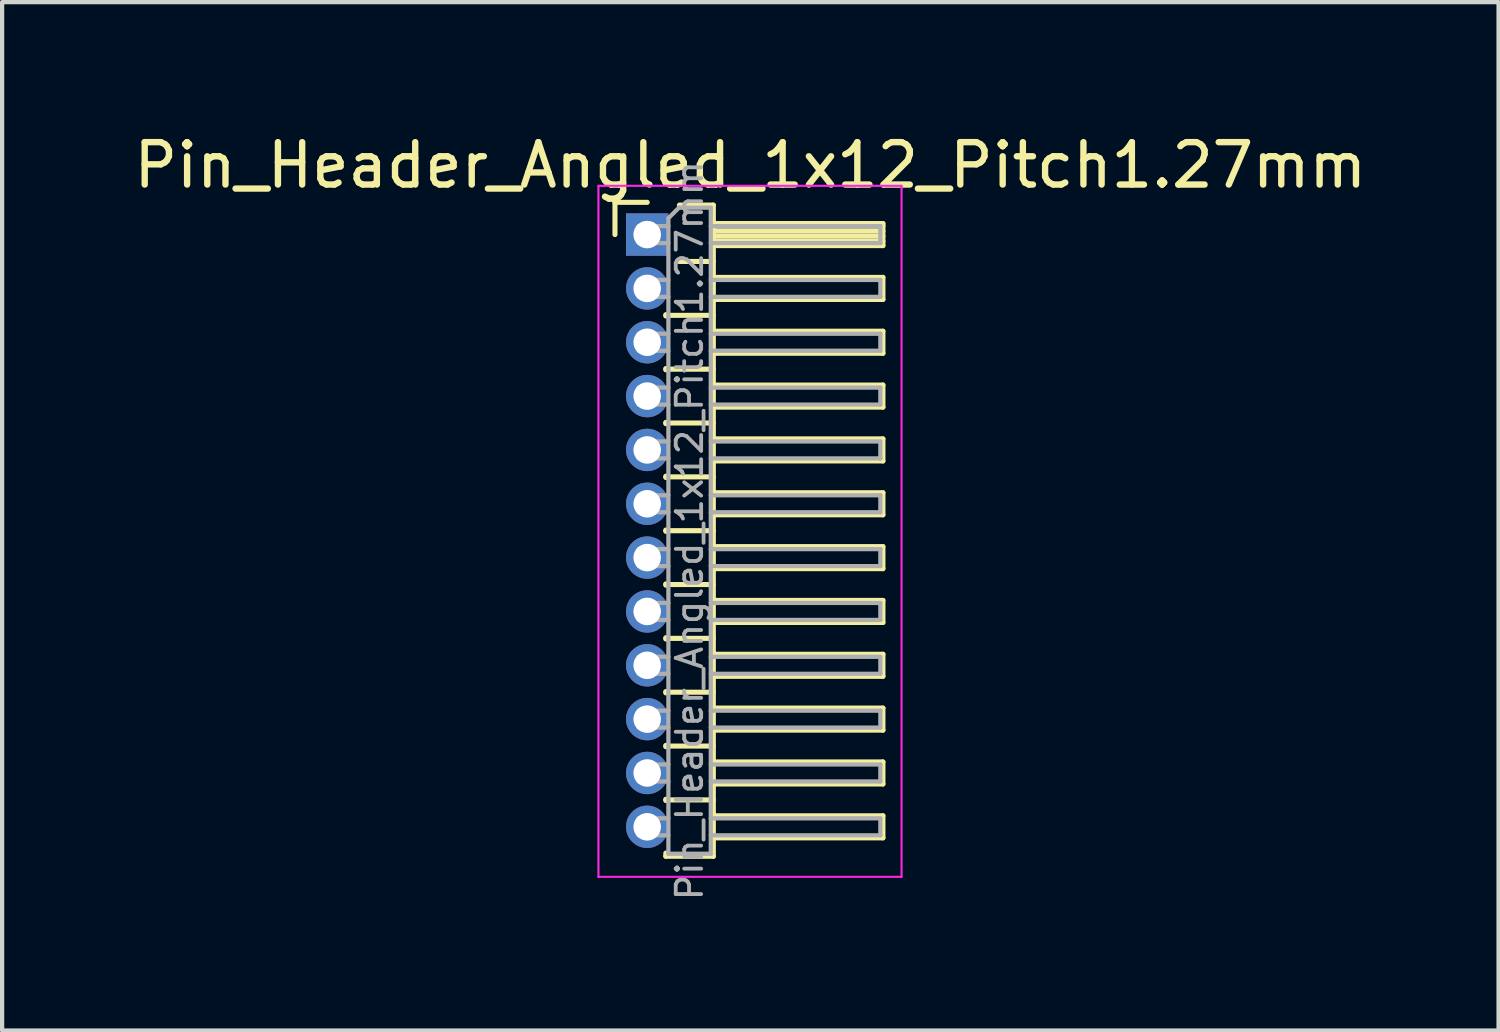
<source format=kicad_pcb>
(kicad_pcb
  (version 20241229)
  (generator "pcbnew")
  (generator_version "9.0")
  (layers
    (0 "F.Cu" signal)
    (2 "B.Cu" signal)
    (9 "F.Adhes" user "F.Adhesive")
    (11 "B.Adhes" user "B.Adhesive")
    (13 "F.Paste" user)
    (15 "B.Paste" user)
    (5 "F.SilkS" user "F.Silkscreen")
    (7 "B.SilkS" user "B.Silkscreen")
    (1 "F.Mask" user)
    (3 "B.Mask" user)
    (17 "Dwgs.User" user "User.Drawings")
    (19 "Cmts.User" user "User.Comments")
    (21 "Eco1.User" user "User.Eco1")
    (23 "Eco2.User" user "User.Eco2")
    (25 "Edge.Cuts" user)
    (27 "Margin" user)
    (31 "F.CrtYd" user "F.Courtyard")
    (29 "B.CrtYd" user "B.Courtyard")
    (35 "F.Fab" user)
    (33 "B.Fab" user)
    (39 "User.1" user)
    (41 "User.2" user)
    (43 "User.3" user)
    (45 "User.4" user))
  (footprint "Pin_Header_Angled_1x12_Pitch1.27mm"
    (layer "F.Cu")
    (at 12.216 2.483)
    (property "Reference" "Pin_Header_Angled_1x12_Pitch1.27mm" (at 2.433 -1.635 0) (layer "F.SilkS") (effects (font (size 1 1) (thickness 0.15))))
    (attr through_hole)
    (fp_line (start -0.76 -0.76) (end 0 -0.76) (stroke (width 0.12) (type solid)) (layer "F.SilkS"))
    (fp_line (start -0.76 0) (end -0.76 -0.76) (stroke (width 0.12) (type solid)) (layer "F.SilkS"))
    (fp_line (start 0.44 1.89) (end 0.44 1.92) (stroke (width 0.12) (type solid)) (layer "F.SilkS"))
    (fp_line (start 0.44 1.905) (end 1.56 1.905) (stroke (width 0.12) (type solid)) (layer "F.SilkS"))
    (fp_line (start 0.44 3.16) (end 0.44 3.19) (stroke (width 0.12) (type solid)) (layer "F.SilkS"))
    (fp_line (start 0.44 3.175) (end 1.56 3.175) (stroke (width 0.12) (type solid)) (layer "F.SilkS"))
    (fp_line (start 0.44 4.43) (end 0.44 4.46) (stroke (width 0.12) (type solid)) (layer "F.SilkS"))
    (fp_line (start 0.44 4.445) (end 1.56 4.445) (stroke (width 0.12) (type solid)) (layer "F.SilkS"))
    (fp_line (start 0.44 5.7) (end 0.44 5.73) (stroke (width 0.12) (type solid)) (layer "F.SilkS"))
    (fp_line (start 0.44 5.715) (end 1.56 5.715) (stroke (width 0.12) (type solid)) (layer "F.SilkS"))
    (fp_line (start 0.44 6.97) (end 0.44 7) (stroke (width 0.12) (type solid)) (layer "F.SilkS"))
    (fp_line (start 0.44 6.985) (end 1.56 6.985) (stroke (width 0.12) (type solid)) (layer "F.SilkS"))
    (fp_line (start 0.44 8.24) (end 0.44 8.27) (stroke (width 0.12) (type solid)) (layer "F.SilkS"))
    (fp_line (start 0.44 8.255) (end 1.56 8.255) (stroke (width 0.12) (type solid)) (layer "F.SilkS"))
    (fp_line (start 0.44 9.51) (end 0.44 9.54) (stroke (width 0.12) (type solid)) (layer "F.SilkS"))
    (fp_line (start 0.44 9.525) (end 1.56 9.525) (stroke (width 0.12) (type solid)) (layer "F.SilkS"))
    (fp_line (start 0.44 10.78) (end 0.44 10.81) (stroke (width 0.12) (type solid)) (layer "F.SilkS"))
    (fp_line (start 0.44 10.795) (end 1.56 10.795) (stroke (width 0.12) (type solid)) (layer "F.SilkS"))
    (fp_line (start 0.44 12.05) (end 0.44 12.08) (stroke (width 0.12) (type solid)) (layer "F.SilkS"))
    (fp_line (start 0.44 12.065) (end 1.56 12.065) (stroke (width 0.12) (type solid)) (layer "F.SilkS"))
    (fp_line (start 0.44 13.32) (end 0.44 13.35) (stroke (width 0.12) (type solid)) (layer "F.SilkS"))
    (fp_line (start 0.44 13.335) (end 1.56 13.335) (stroke (width 0.12) (type solid)) (layer "F.SilkS"))
    (fp_line (start 0.44 14.665) (end 0.44 14.59) (stroke (width 0.12) (type solid)) (layer "F.SilkS"))
    (fp_line (start 0.76 -0.695) (end 1.56 -0.695) (stroke (width 0.12) (type solid)) (layer "F.SilkS"))
    (fp_line (start 0.76 0.635) (end 1.56 0.635) (stroke (width 0.12) (type solid)) (layer "F.SilkS"))
    (fp_line (start 1.56 -0.695) (end 1.56 14.665) (stroke (width 0.12) (type solid)) (layer "F.SilkS"))
    (fp_line (start 1.56 -0.26) (end 5.56 -0.26) (stroke (width 0.12) (type solid)) (layer "F.SilkS"))
    (fp_line (start 1.56 -0.2) (end 5.56 -0.2) (stroke (width 0.12) (type solid)) (layer "F.SilkS"))
    (fp_line (start 1.56 -0.08) (end 5.56 -0.08) (stroke (width 0.12) (type solid)) (layer "F.SilkS"))
    (fp_line (start 1.56 0.04) (end 5.56 0.04) (stroke (width 0.12) (type solid)) (layer "F.SilkS"))
    (fp_line (start 1.56 0.16) (end 5.56 0.16) (stroke (width 0.12) (type solid)) (layer "F.SilkS"))
    (fp_line (start 1.56 1.01) (end 5.56 1.01) (stroke (width 0.12) (type solid)) (layer "F.SilkS"))
    (fp_line (start 1.56 2.28) (end 5.56 2.28) (stroke (width 0.12) (type solid)) (layer "F.SilkS"))
    (fp_line (start 1.56 3.55) (end 5.56 3.55) (stroke (width 0.12) (type solid)) (layer "F.SilkS"))
    (fp_line (start 1.56 4.82) (end 5.56 4.82) (stroke (width 0.12) (type solid)) (layer "F.SilkS"))
    (fp_line (start 1.56 6.09) (end 5.56 6.09) (stroke (width 0.12) (type solid)) (layer "F.SilkS"))
    (fp_line (start 1.56 7.36) (end 5.56 7.36) (stroke (width 0.12) (type solid)) (layer "F.SilkS"))
    (fp_line (start 1.56 8.63) (end 5.56 8.63) (stroke (width 0.12) (type solid)) (layer "F.SilkS"))
    (fp_line (start 1.56 9.9) (end 5.56 9.9) (stroke (width 0.12) (type solid)) (layer "F.SilkS"))
    (fp_line (start 1.56 11.17) (end 5.56 11.17) (stroke (width 0.12) (type solid)) (layer "F.SilkS"))
    (fp_line (start 1.56 12.44) (end 5.56 12.44) (stroke (width 0.12) (type solid)) (layer "F.SilkS"))
    (fp_line (start 1.56 13.71) (end 5.56 13.71) (stroke (width 0.12) (type solid)) (layer "F.SilkS"))
    (fp_line (start 1.56 14.665) (end 0.44 14.665) (stroke (width 0.12) (type solid)) (layer "F.SilkS"))
    (fp_line (start 5.56 -0.26) (end 5.56 0.26) (stroke (width 0.12) (type solid)) (layer "F.SilkS"))
    (fp_line (start 5.56 0.26) (end 1.56 0.26) (stroke (width 0.12) (type solid)) (layer "F.SilkS"))
    (fp_line (start 5.56 1.01) (end 5.56 1.53) (stroke (width 0.12) (type solid)) (layer "F.SilkS"))
    (fp_line (start 5.56 1.53) (end 1.56 1.53) (stroke (width 0.12) (type solid)) (layer "F.SilkS"))
    (fp_line (start 5.56 2.28) (end 5.56 2.8) (stroke (width 0.12) (type solid)) (layer "F.SilkS"))
    (fp_line (start 5.56 2.8) (end 1.56 2.8) (stroke (width 0.12) (type solid)) (layer "F.SilkS"))
    (fp_line (start 5.56 3.55) (end 5.56 4.07) (stroke (width 0.12) (type solid)) (layer "F.SilkS"))
    (fp_line (start 5.56 4.07) (end 1.56 4.07) (stroke (width 0.12) (type solid)) (layer "F.SilkS"))
    (fp_line (start 5.56 4.82) (end 5.56 5.34) (stroke (width 0.12) (type solid)) (layer "F.SilkS"))
    (fp_line (start 5.56 5.34) (end 1.56 5.34) (stroke (width 0.12) (type solid)) (layer "F.SilkS"))
    (fp_line (start 5.56 6.09) (end 5.56 6.61) (stroke (width 0.12) (type solid)) (layer "F.SilkS"))
    (fp_line (start 5.56 6.61) (end 1.56 6.61) (stroke (width 0.12) (type solid)) (layer "F.SilkS"))
    (fp_line (start 5.56 7.36) (end 5.56 7.88) (stroke (width 0.12) (type solid)) (layer "F.SilkS"))
    (fp_line (start 5.56 7.88) (end 1.56 7.88) (stroke (width 0.12) (type solid)) (layer "F.SilkS"))
    (fp_line (start 5.56 8.63) (end 5.56 9.15) (stroke (width 0.12) (type solid)) (layer "F.SilkS"))
    (fp_line (start 5.56 9.15) (end 1.56 9.15) (stroke (width 0.12) (type solid)) (layer "F.SilkS"))
    (fp_line (start 5.56 9.9) (end 5.56 10.42) (stroke (width 0.12) (type solid)) (layer "F.SilkS"))
    (fp_line (start 5.56 10.42) (end 1.56 10.42) (stroke (width 0.12) (type solid)) (layer "F.SilkS"))
    (fp_line (start 5.56 11.17) (end 5.56 11.69) (stroke (width 0.12) (type solid)) (layer "F.SilkS"))
    (fp_line (start 5.56 11.69) (end 1.56 11.69) (stroke (width 0.12) (type solid)) (layer "F.SilkS"))
    (fp_line (start 5.56 12.44) (end 5.56 12.96) (stroke (width 0.12) (type solid)) (layer "F.SilkS"))
    (fp_line (start 5.56 12.96) (end 1.56 12.96) (stroke (width 0.12) (type solid)) (layer "F.SilkS"))
    (fp_line (start 5.56 13.71) (end 5.56 14.23) (stroke (width 0.12) (type solid)) (layer "F.SilkS"))
    (fp_line (start 5.56 14.23) (end 1.56 14.23) (stroke (width 0.12) (type solid)) (layer "F.SilkS"))
    (fp_line (start -1.15 -1.15) (end -1.15 15.15) (stroke (width 0.05) (type solid)) (layer "F.CrtYd"))
    (fp_line (start -1.15 15.15) (end 6 15.15) (stroke (width 0.05) (type solid)) (layer "F.CrtYd"))
    (fp_line (start 6 -1.15) (end -1.15 -1.15) (stroke (width 0.05) (type solid)) (layer "F.CrtYd"))
    (fp_line (start 6 15.15) (end 6 -1.15) (stroke (width 0.05) (type solid)) (layer "F.CrtYd"))
    (fp_line (start -0.2 -0.2) (end -0.2 0.2) (stroke (width 0.1) (type solid)) (layer "F.Fab"))
    (fp_line (start -0.2 -0.2) (end 0.5 -0.2) (stroke (width 0.1) (type solid)) (layer "F.Fab"))
    (fp_line (start -0.2 0.2) (end 0.5 0.2) (stroke (width 0.1) (type solid)) (layer "F.Fab"))
    (fp_line (start -0.2 1.07) (end -0.2 1.47) (stroke (width 0.1) (type solid)) (layer "F.Fab"))
    (fp_line (start -0.2 1.07) (end 0.5 1.07) (stroke (width 0.1) (type solid)) (layer "F.Fab"))
    (fp_line (start -0.2 1.47) (end 0.5 1.47) (stroke (width 0.1) (type solid)) (layer "F.Fab"))
    (fp_line (start -0.2 2.34) (end -0.2 2.74) (stroke (width 0.1) (type solid)) (layer "F.Fab"))
    (fp_line (start -0.2 2.34) (end 0.5 2.34) (stroke (width 0.1) (type solid)) (layer "F.Fab"))
    (fp_line (start -0.2 2.74) (end 0.5 2.74) (stroke (width 0.1) (type solid)) (layer "F.Fab"))
    (fp_line (start -0.2 3.61) (end -0.2 4.01) (stroke (width 0.1) (type solid)) (layer "F.Fab"))
    (fp_line (start -0.2 3.61) (end 0.5 3.61) (stroke (width 0.1) (type solid)) (layer "F.Fab"))
    (fp_line (start -0.2 4.01) (end 0.5 4.01) (stroke (width 0.1) (type solid)) (layer "F.Fab"))
    (fp_line (start -0.2 4.88) (end -0.2 5.28) (stroke (width 0.1) (type solid)) (layer "F.Fab"))
    (fp_line (start -0.2 4.88) (end 0.5 4.88) (stroke (width 0.1) (type solid)) (layer "F.Fab"))
    (fp_line (start -0.2 5.28) (end 0.5 5.28) (stroke (width 0.1) (type solid)) (layer "F.Fab"))
    (fp_line (start -0.2 6.15) (end -0.2 6.55) (stroke (width 0.1) (type solid)) (layer "F.Fab"))
    (fp_line (start -0.2 6.15) (end 0.5 6.15) (stroke (width 0.1) (type solid)) (layer "F.Fab"))
    (fp_line (start -0.2 6.55) (end 0.5 6.55) (stroke (width 0.1) (type solid)) (layer "F.Fab"))
    (fp_line (start -0.2 7.42) (end -0.2 7.82) (stroke (width 0.1) (type solid)) (layer "F.Fab"))
    (fp_line (start -0.2 7.42) (end 0.5 7.42) (stroke (width 0.1) (type solid)) (layer "F.Fab"))
    (fp_line (start -0.2 7.82) (end 0.5 7.82) (stroke (width 0.1) (type solid)) (layer "F.Fab"))
    (fp_line (start -0.2 8.69) (end -0.2 9.09) (stroke (width 0.1) (type solid)) (layer "F.Fab"))
    (fp_line (start -0.2 8.69) (end 0.5 8.69) (stroke (width 0.1) (type solid)) (layer "F.Fab"))
    (fp_line (start -0.2 9.09) (end 0.5 9.09) (stroke (width 0.1) (type solid)) (layer "F.Fab"))
    (fp_line (start -0.2 9.96) (end -0.2 10.36) (stroke (width 0.1) (type solid)) (layer "F.Fab"))
    (fp_line (start -0.2 9.96) (end 0.5 9.96) (stroke (width 0.1) (type solid)) (layer "F.Fab"))
    (fp_line (start -0.2 10.36) (end 0.5 10.36) (stroke (width 0.1) (type solid)) (layer "F.Fab"))
    (fp_line (start -0.2 11.23) (end -0.2 11.63) (stroke (width 0.1) (type solid)) (layer "F.Fab"))
    (fp_line (start -0.2 11.23) (end 0.5 11.23) (stroke (width 0.1) (type solid)) (layer "F.Fab"))
    (fp_line (start -0.2 11.63) (end 0.5 11.63) (stroke (width 0.1) (type solid)) (layer "F.Fab"))
    (fp_line (start -0.2 12.5) (end -0.2 12.9) (stroke (width 0.1) (type solid)) (layer "F.Fab"))
    (fp_line (start -0.2 12.5) (end 0.5 12.5) (stroke (width 0.1) (type solid)) (layer "F.Fab"))
    (fp_line (start -0.2 12.9) (end 0.5 12.9) (stroke (width 0.1) (type solid)) (layer "F.Fab"))
    (fp_line (start -0.2 13.77) (end -0.2 14.17) (stroke (width 0.1) (type solid)) (layer "F.Fab"))
    (fp_line (start -0.2 13.77) (end 0.5 13.77) (stroke (width 0.1) (type solid)) (layer "F.Fab"))
    (fp_line (start -0.2 14.17) (end 0.5 14.17) (stroke (width 0.1) (type solid)) (layer "F.Fab"))
    (fp_line (start 0.5 -0.385) (end 0.75 -0.635) (stroke (width 0.1) (type solid)) (layer "F.Fab"))
    (fp_line (start 0.5 14.605) (end 0.5 -0.385) (stroke (width 0.1) (type solid)) (layer "F.Fab"))
    (fp_line (start 0.75 -0.635) (end 1.5 -0.635) (stroke (width 0.1) (type solid)) (layer "F.Fab"))
    (fp_line (start 1.5 -0.635) (end 1.5 14.605) (stroke (width 0.1) (type solid)) (layer "F.Fab"))
    (fp_line (start 1.5 -0.2) (end 5.5 -0.2) (stroke (width 0.1) (type solid)) (layer "F.Fab"))
    (fp_line (start 1.5 0.2) (end 5.5 0.2) (stroke (width 0.1) (type solid)) (layer "F.Fab"))
    (fp_line (start 1.5 1.07) (end 5.5 1.07) (stroke (width 0.1) (type solid)) (layer "F.Fab"))
    (fp_line (start 1.5 1.47) (end 5.5 1.47) (stroke (width 0.1) (type solid)) (layer "F.Fab"))
    (fp_line (start 1.5 2.34) (end 5.5 2.34) (stroke (width 0.1) (type solid)) (layer "F.Fab"))
    (fp_line (start 1.5 2.74) (end 5.5 2.74) (stroke (width 0.1) (type solid)) (layer "F.Fab"))
    (fp_line (start 1.5 3.61) (end 5.5 3.61) (stroke (width 0.1) (type solid)) (layer "F.Fab"))
    (fp_line (start 1.5 4.01) (end 5.5 4.01) (stroke (width 0.1) (type solid)) (layer "F.Fab"))
    (fp_line (start 1.5 4.88) (end 5.5 4.88) (stroke (width 0.1) (type solid)) (layer "F.Fab"))
    (fp_line (start 1.5 5.28) (end 5.5 5.28) (stroke (width 0.1) (type solid)) (layer "F.Fab"))
    (fp_line (start 1.5 6.15) (end 5.5 6.15) (stroke (width 0.1) (type solid)) (layer "F.Fab"))
    (fp_line (start 1.5 6.55) (end 5.5 6.55) (stroke (width 0.1) (type solid)) (layer "F.Fab"))
    (fp_line (start 1.5 7.42) (end 5.5 7.42) (stroke (width 0.1) (type solid)) (layer "F.Fab"))
    (fp_line (start 1.5 7.82) (end 5.5 7.82) (stroke (width 0.1) (type solid)) (layer "F.Fab"))
    (fp_line (start 1.5 8.69) (end 5.5 8.69) (stroke (width 0.1) (type solid)) (layer "F.Fab"))
    (fp_line (start 1.5 9.09) (end 5.5 9.09) (stroke (width 0.1) (type solid)) (layer "F.Fab"))
    (fp_line (start 1.5 9.96) (end 5.5 9.96) (stroke (width 0.1) (type solid)) (layer "F.Fab"))
    (fp_line (start 1.5 10.36) (end 5.5 10.36) (stroke (width 0.1) (type solid)) (layer "F.Fab"))
    (fp_line (start 1.5 11.23) (end 5.5 11.23) (stroke (width 0.1) (type solid)) (layer "F.Fab"))
    (fp_line (start 1.5 11.63) (end 5.5 11.63) (stroke (width 0.1) (type solid)) (layer "F.Fab"))
    (fp_line (start 1.5 12.5) (end 5.5 12.5) (stroke (width 0.1) (type solid)) (layer "F.Fab"))
    (fp_line (start 1.5 12.9) (end 5.5 12.9) (stroke (width 0.1) (type solid)) (layer "F.Fab"))
    (fp_line (start 1.5 13.77) (end 5.5 13.77) (stroke (width 0.1) (type solid)) (layer "F.Fab"))
    (fp_line (start 1.5 14.17) (end 5.5 14.17) (stroke (width 0.1) (type solid)) (layer "F.Fab"))
    (fp_line (start 1.5 14.605) (end 0.5 14.605) (stroke (width 0.1) (type solid)) (layer "F.Fab"))
    (fp_line (start 5.5 -0.2) (end 5.5 0.2) (stroke (width 0.1) (type solid)) (layer "F.Fab"))
    (fp_line (start 5.5 1.07) (end 5.5 1.47) (stroke (width 0.1) (type solid)) (layer "F.Fab"))
    (fp_line (start 5.5 2.34) (end 5.5 2.74) (stroke (width 0.1) (type solid)) (layer "F.Fab"))
    (fp_line (start 5.5 3.61) (end 5.5 4.01) (stroke (width 0.1) (type solid)) (layer "F.Fab"))
    (fp_line (start 5.5 4.88) (end 5.5 5.28) (stroke (width 0.1) (type solid)) (layer "F.Fab"))
    (fp_line (start 5.5 6.15) (end 5.5 6.55) (stroke (width 0.1) (type solid)) (layer "F.Fab"))
    (fp_line (start 5.5 7.42) (end 5.5 7.82) (stroke (width 0.1) (type solid)) (layer "F.Fab"))
    (fp_line (start 5.5 8.69) (end 5.5 9.09) (stroke (width 0.1) (type solid)) (layer "F.Fab"))
    (fp_line (start 5.5 9.96) (end 5.5 10.36) (stroke (width 0.1) (type solid)) (layer "F.Fab"))
    (fp_line (start 5.5 11.23) (end 5.5 11.63) (stroke (width 0.1) (type solid)) (layer "F.Fab"))
    (fp_line (start 5.5 12.5) (end 5.5 12.9) (stroke (width 0.1) (type solid)) (layer "F.Fab"))
    (fp_line (start 5.5 13.77) (end 5.5 14.17) (stroke (width 0.1) (type solid)) (layer "F.Fab"))
    (fp_text user "${REFERENCE}" (at 1 6.985 90) (layer "F.Fab") (effects (font (size 0.6 0.6) (thickness 0.09))))
    (pad "1" thru_hole rect (at 0 0) (size 1 1) (drill 0.65) (layers "*.Cu" "*.Mask"))
    (pad "2" thru_hole oval (at 0 1.27) (size 1 1) (drill 0.65) (layers "*.Cu" "*.Mask"))
    (pad "3" thru_hole oval (at 0 2.54) (size 1 1) (drill 0.65) (layers "*.Cu" "*.Mask"))
    (pad "4" thru_hole oval (at 0 3.81) (size 1 1) (drill 0.65) (layers "*.Cu" "*.Mask"))
    (pad "5" thru_hole oval (at 0 5.08) (size 1 1) (drill 0.65) (layers "*.Cu" "*.Mask"))
    (pad "6" thru_hole oval (at 0 6.35) (size 1 1) (drill 0.65) (layers "*.Cu" "*.Mask"))
    (pad "7" thru_hole oval (at 0 7.62) (size 1 1) (drill 0.65) (layers "*.Cu" "*.Mask"))
    (pad "8" thru_hole oval (at 0 8.89) (size 1 1) (drill 0.65) (layers "*.Cu" "*.Mask"))
    (pad "9" thru_hole oval (at 0 10.16) (size 1 1) (drill 0.65) (layers "*.Cu" "*.Mask"))
    (pad "10" thru_hole oval (at 0 11.43) (size 1 1) (drill 0.65) (layers "*.Cu" "*.Mask"))
    (pad "11" thru_hole oval (at 0 12.7) (size 1 1) (drill 0.65) (layers "*.Cu" "*.Mask"))
    (pad "12" thru_hole oval (at 0 13.97) (size 1 1) (drill 0.65) (layers "*.Cu" "*.Mask")))
  (gr_rect
    (start -3 -3)
    (end 32.298 21.258)
    (stroke (width 0.1) (type default))
    (fill no)
    (layer "Edge.Cuts")))
</source>
